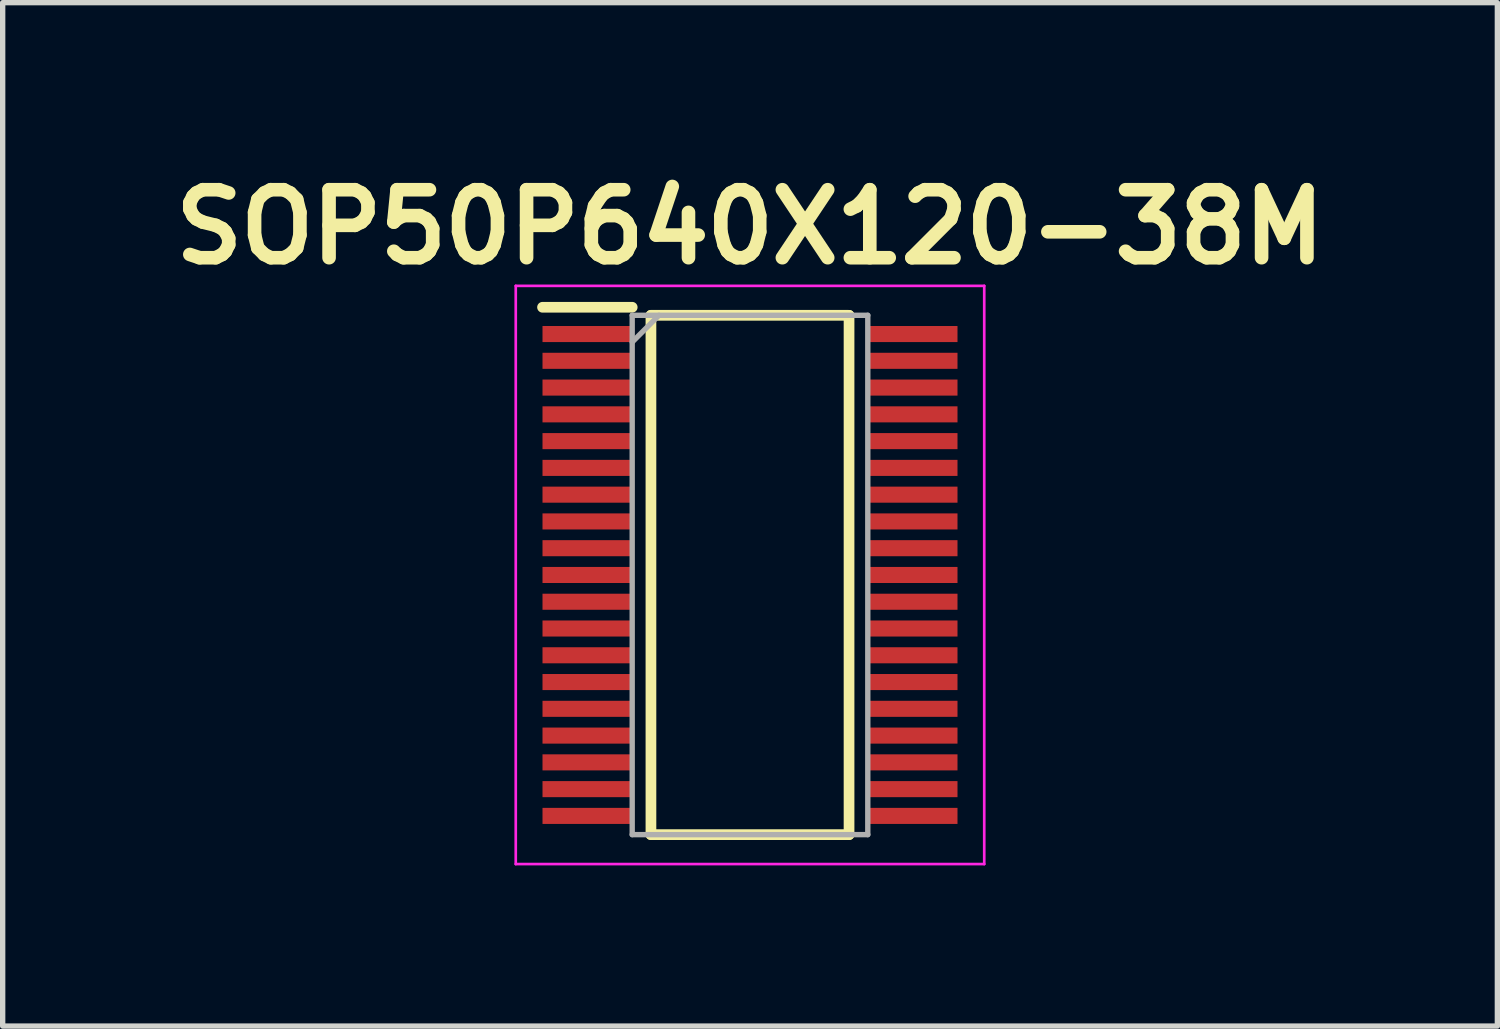
<source format=kicad_pcb>
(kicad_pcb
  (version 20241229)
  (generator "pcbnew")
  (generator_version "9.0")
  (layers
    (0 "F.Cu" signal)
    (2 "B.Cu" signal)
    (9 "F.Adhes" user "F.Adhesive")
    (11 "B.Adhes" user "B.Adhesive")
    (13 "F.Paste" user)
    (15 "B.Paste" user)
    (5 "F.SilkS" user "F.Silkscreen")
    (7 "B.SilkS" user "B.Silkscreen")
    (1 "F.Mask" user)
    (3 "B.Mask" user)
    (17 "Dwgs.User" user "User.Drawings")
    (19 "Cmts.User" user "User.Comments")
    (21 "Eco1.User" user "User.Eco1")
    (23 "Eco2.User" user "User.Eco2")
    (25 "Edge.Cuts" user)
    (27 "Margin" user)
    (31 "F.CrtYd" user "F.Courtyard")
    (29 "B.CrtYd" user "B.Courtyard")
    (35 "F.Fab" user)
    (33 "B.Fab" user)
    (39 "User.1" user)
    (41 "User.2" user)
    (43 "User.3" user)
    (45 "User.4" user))
  (footprint "SOP50P640X120-38M"
    (layer "F.Cu")
    (at 10.958 7.689)
    (property "Reference" "SOP50P640X120-38M" (at 0 -6.5 0) (layer "F.SilkS") (effects (font (size 1.27 1.27) (thickness 0.254))))
    (attr smd)
    (fp_line (start -3.875 -5) (end -2.2 -5) (stroke (width 0.2) (type solid)) (layer "F.SilkS"))
    (fp_line (start -1.85 -4.85) (end 1.85 -4.85) (stroke (width 0.2) (type solid)) (layer "F.SilkS"))
    (fp_line (start -1.85 4.85) (end -1.85 -4.85) (stroke (width 0.2) (type solid)) (layer "F.SilkS"))
    (fp_line (start 1.85 -4.85) (end 1.85 4.85) (stroke (width 0.2) (type solid)) (layer "F.SilkS"))
    (fp_line (start 1.85 4.85) (end -1.85 4.85) (stroke (width 0.2) (type solid)) (layer "F.SilkS"))
    (fp_line (start -4.375 -5.4) (end 4.375 -5.4) (stroke (width 0.05) (type solid)) (layer "F.CrtYd"))
    (fp_line (start -4.375 5.4) (end -4.375 -5.4) (stroke (width 0.05) (type solid)) (layer "F.CrtYd"))
    (fp_line (start 4.375 -5.4) (end 4.375 5.4) (stroke (width 0.05) (type solid)) (layer "F.CrtYd"))
    (fp_line (start 4.375 5.4) (end -4.375 5.4) (stroke (width 0.05) (type solid)) (layer "F.CrtYd"))
    (fp_line (start -2.2 -4.85) (end 2.2 -4.85) (stroke (width 0.1) (type solid)) (layer "F.Fab"))
    (fp_line (start -2.2 -4.35) (end -1.7 -4.85) (stroke (width 0.1) (type solid)) (layer "F.Fab"))
    (fp_line (start -2.2 4.85) (end -2.2 -4.85) (stroke (width 0.1) (type solid)) (layer "F.Fab"))
    (fp_line (start 2.2 -4.85) (end 2.2 4.85) (stroke (width 0.1) (type solid)) (layer "F.Fab"))
    (fp_line (start 2.2 4.85) (end -2.2 4.85) (stroke (width 0.1) (type solid)) (layer "F.Fab"))
    (pad "1" smd rect (at -3.038 -4.5 90) (size 0.3 1.675) (layers "F.Cu" "F.Mask" "F.Paste"))
    (pad "2" smd rect (at -3.038 -4 90) (size 0.3 1.675) (layers "F.Cu" "F.Mask" "F.Paste"))
    (pad "3" smd rect (at -3.038 -3.5 90) (size 0.3 1.675) (layers "F.Cu" "F.Mask" "F.Paste"))
    (pad "4" smd rect (at -3.038 -3 90) (size 0.3 1.675) (layers "F.Cu" "F.Mask" "F.Paste"))
    (pad "5" smd rect (at -3.038 -2.5 90) (size 0.3 1.675) (layers "F.Cu" "F.Mask" "F.Paste"))
    (pad "6" smd rect (at -3.038 -2 90) (size 0.3 1.675) (layers "F.Cu" "F.Mask" "F.Paste"))
    (pad "7" smd rect (at -3.038 -1.5 90) (size 0.3 1.675) (layers "F.Cu" "F.Mask" "F.Paste"))
    (pad "8" smd rect (at -3.038 -1 90) (size 0.3 1.675) (layers "F.Cu" "F.Mask" "F.Paste"))
    (pad "9" smd rect (at -3.038 -0.5 90) (size 0.3 1.675) (layers "F.Cu" "F.Mask" "F.Paste"))
    (pad "10" smd rect (at -3.038 0 90) (size 0.3 1.675) (layers "F.Cu" "F.Mask" "F.Paste"))
    (pad "11" smd rect (at -3.038 0.5 90) (size 0.3 1.675) (layers "F.Cu" "F.Mask" "F.Paste"))
    (pad "12" smd rect (at -3.038 1 90) (size 0.3 1.675) (layers "F.Cu" "F.Mask" "F.Paste"))
    (pad "13" smd rect (at -3.038 1.5 90) (size 0.3 1.675) (layers "F.Cu" "F.Mask" "F.Paste"))
    (pad "14" smd rect (at -3.038 2 90) (size 0.3 1.675) (layers "F.Cu" "F.Mask" "F.Paste"))
    (pad "15" smd rect (at -3.038 2.5 90) (size 0.3 1.675) (layers "F.Cu" "F.Mask" "F.Paste"))
    (pad "16" smd rect (at -3.038 3 90) (size 0.3 1.675) (layers "F.Cu" "F.Mask" "F.Paste"))
    (pad "17" smd rect (at -3.038 3.5 90) (size 0.3 1.675) (layers "F.Cu" "F.Mask" "F.Paste"))
    (pad "18" smd rect (at -3.038 4 90) (size 0.3 1.675) (layers "F.Cu" "F.Mask" "F.Paste"))
    (pad "19" smd rect (at -3.038 4.5 90) (size 0.3 1.675) (layers "F.Cu" "F.Mask" "F.Paste"))
    (pad "20" smd rect (at 3.038 4.5 90) (size 0.3 1.675) (layers "F.Cu" "F.Mask" "F.Paste"))
    (pad "21" smd rect (at 3.038 4 90) (size 0.3 1.675) (layers "F.Cu" "F.Mask" "F.Paste"))
    (pad "22" smd rect (at 3.038 3.5 90) (size 0.3 1.675) (layers "F.Cu" "F.Mask" "F.Paste"))
    (pad "23" smd rect (at 3.038 3 90) (size 0.3 1.675) (layers "F.Cu" "F.Mask" "F.Paste"))
    (pad "24" smd rect (at 3.038 2.5 90) (size 0.3 1.675) (layers "F.Cu" "F.Mask" "F.Paste"))
    (pad "25" smd rect (at 3.038 2 90) (size 0.3 1.675) (layers "F.Cu" "F.Mask" "F.Paste"))
    (pad "26" smd rect (at 3.038 1.5 90) (size 0.3 1.675) (layers "F.Cu" "F.Mask" "F.Paste"))
    (pad "27" smd rect (at 3.038 1 90) (size 0.3 1.675) (layers "F.Cu" "F.Mask" "F.Paste"))
    (pad "28" smd rect (at 3.038 0.5 90) (size 0.3 1.675) (layers "F.Cu" "F.Mask" "F.Paste"))
    (pad "29" smd rect (at 3.038 0 90) (size 0.3 1.675) (layers "F.Cu" "F.Mask" "F.Paste"))
    (pad "30" smd rect (at 3.038 -0.5 90) (size 0.3 1.675) (layers "F.Cu" "F.Mask" "F.Paste"))
    (pad "31" smd rect (at 3.038 -1 90) (size 0.3 1.675) (layers "F.Cu" "F.Mask" "F.Paste"))
    (pad "32" smd rect (at 3.038 -1.5 90) (size 0.3 1.675) (layers "F.Cu" "F.Mask" "F.Paste"))
    (pad "33" smd rect (at 3.038 -2 90) (size 0.3 1.675) (layers "F.Cu" "F.Mask" "F.Paste"))
    (pad "34" smd rect (at 3.038 -2.5 90) (size 0.3 1.675) (layers "F.Cu" "F.Mask" "F.Paste"))
    (pad "35" smd rect (at 3.038 -3 90) (size 0.3 1.675) (layers "F.Cu" "F.Mask" "F.Paste"))
    (pad "36" smd rect (at 3.038 -3.5 90) (size 0.3 1.675) (layers "F.Cu" "F.Mask" "F.Paste"))
    (pad "37" smd rect (at 3.038 -4 90) (size 0.3 1.675) (layers "F.Cu" "F.Mask" "F.Paste"))
    (pad "38" smd rect (at 3.038 -4.5 90) (size 0.3 1.675) (layers "F.Cu" "F.Mask" "F.Paste")))
  (gr_rect
    (start -3 -3)
    (end 24.917 16.114)
    (stroke (width 0.1) (type default))
    (fill no)
    (layer "Edge.Cuts")))
</source>
